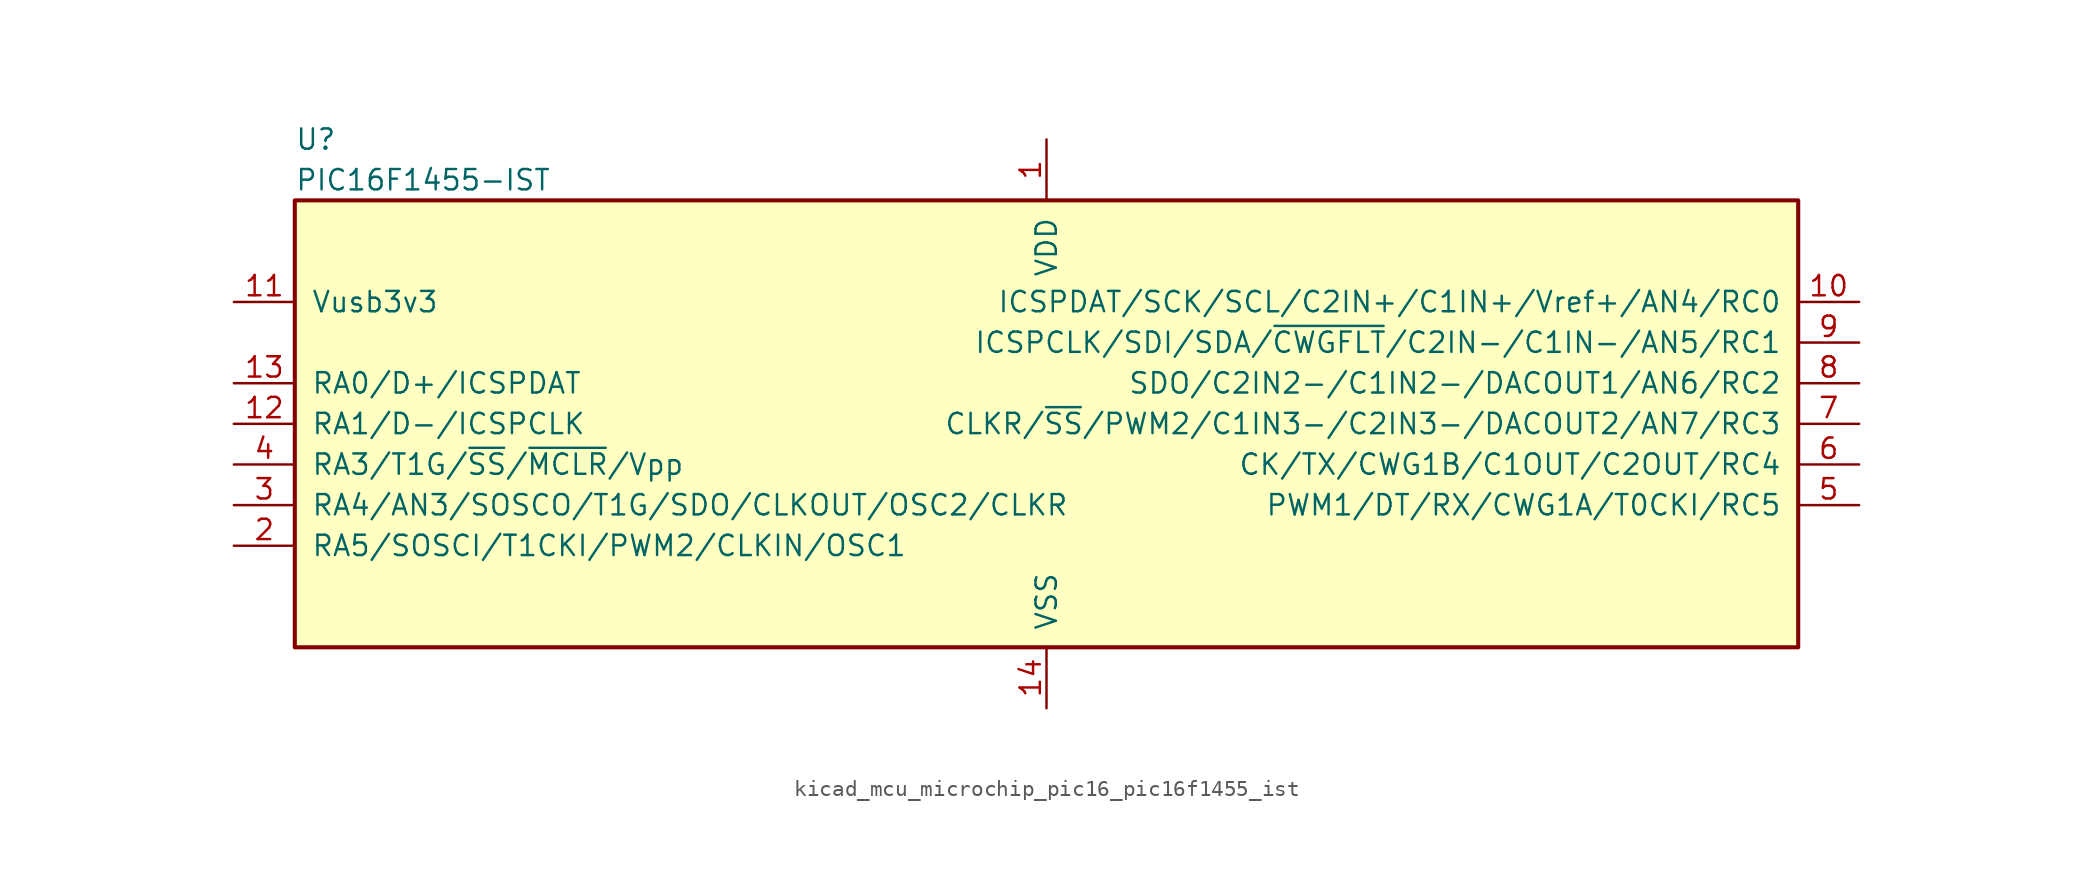
<source format=kicad_sym>
(kicad_symbol_lib
  (version 20220914)
  (generator kicad_symbol_editor)
  (symbol "kicad_mcu_microchip_pic16_pic16f1455_ist"
    (pin_names
      (offset 1.016))
    (property "Reference" "U"
      (at -46.99 17.78 0)
      (effects (font (size 1.27 1.27)) (justify left)))
    (property "Value" "PIC16F1455-IST"
      (at -46.99 15.24 0)
      (effects (font (size 1.27 1.27)) (justify left)))
    (symbol "kicad_mcu_microchip_pic16_pic16f1455_ist_0_1"
      (rectangle (start -46.99 13.97) (end 46.99 -13.97) (stroke (width 0.254) (type default)) (fill (type background))))
    (symbol "kicad_mcu_microchip_pic16_pic16f1455_ist_1_1"
      (pin power_in line (at 0 17.78 270) (length 3.81) (name "VDD" (effects (font (size 1.27 1.27)))) (number "1" (effects (font (size 1.27 1.27)))))
      (pin bidirectional line (at 50.8 7.62 180) (length 3.81) (name "ICSPDAT/SCK/SCL/C2IN+/C1IN+/Vref+/AN4/RC0" (effects (font (size 1.27 1.27)))) (number "10" (effects (font (size 1.27 1.27)))))
      (pin bidirectional line (at -50.8 7.62 0) (length 3.81) (name "Vusb3v3" (effects (font (size 1.27 1.27)))) (number "11" (effects (font (size 1.27 1.27)))))
      (pin bidirectional line (at -50.8 0 0) (length 3.81) (name "RA1/D-/ICSPCLK" (effects (font (size 1.27 1.27)))) (number "12" (effects (font (size 1.27 1.27)))))
      (pin bidirectional line (at -50.8 2.54 0) (length 3.81) (name "RA0/D+/ICSPDAT" (effects (font (size 1.27 1.27)))) (number "13" (effects (font (size 1.27 1.27)))))
      (pin power_in line (at 0 -17.78 90) (length 3.81) (name "VSS" (effects (font (size 1.27 1.27)))) (number "14" (effects (font (size 1.27 1.27)))))
      (pin bidirectional line (at -50.8 -7.62 0) (length 3.81) (name "RA5/SOSCI/T1CKI/PWM2/CLKIN/OSC1" (effects (font (size 1.27 1.27)))) (number "2" (effects (font (size 1.27 1.27)))))
      (pin bidirectional line (at -50.8 -5.08 0) (length 3.81) (name "RA4/AN3/SOSCO/T1G/SDO/CLKOUT/OSC2/CLKR" (effects (font (size 1.27 1.27)))) (number "3" (effects (font (size 1.27 1.27)))))
      (pin input line (at -50.8 -2.54 0) (length 3.81) (name "RA3/T1G/~{SS}/~{MCLR}/Vpp" (effects (font (size 1.27 1.27)))) (number "4" (effects (font (size 1.27 1.27)))))
      (pin bidirectional line (at 50.8 -5.08 180) (length 3.81) (name "PWM1/DT/RX/CWG1A/T0CKI/RC5" (effects (font (size 1.27 1.27)))) (number "5" (effects (font (size 1.27 1.27)))))
      (pin bidirectional line (at 50.8 -2.54 180) (length 3.81) (name "CK/TX/CWG1B/C1OUT/C2OUT/RC4" (effects (font (size 1.27 1.27)))) (number "6" (effects (font (size 1.27 1.27)))))
      (pin bidirectional line (at 50.8 0 180) (length 3.81) (name "CLKR/~{SS}/PWM2/C1IN3-/C2IN3-/DACOUT2/AN7/RC3" (effects (font (size 1.27 1.27)))) (number "7" (effects (font (size 1.27 1.27)))))
      (pin bidirectional line (at 50.8 2.54 180) (length 3.81) (name "SDO/C2IN2-/C1IN2-/DACOUT1/AN6/RC2" (effects (font (size 1.27 1.27)))) (number "8" (effects (font (size 1.27 1.27)))))
      (pin bidirectional line (at 50.8 5.08 180) (length 3.81) (name "ICSPCLK/SDI/SDA/~{CWGFLT}/C2IN-/C1IN-/AN5/RC1" (effects (font (size 1.27 1.27)))) (number "9" (effects (font (size 1.27 1.27))))))))
</source>
